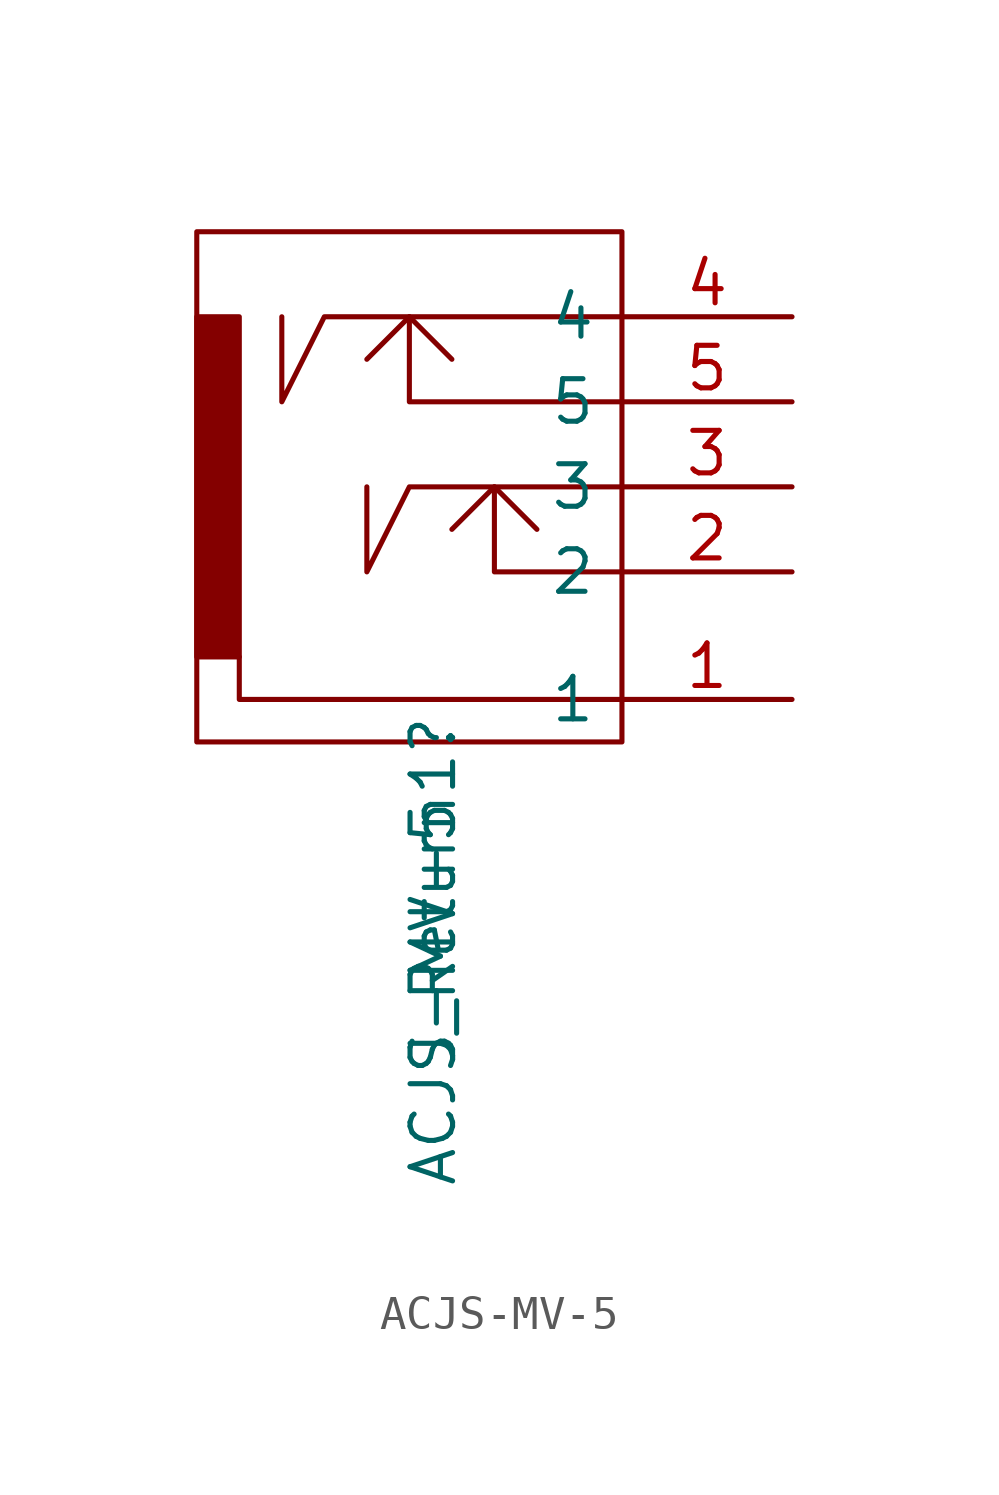
<source format=kicad_sym>
(kicad_symbol_lib
  (version 20211014)
  (generator kicad_symbol_editor)
  (symbol "ACJS-MV-5"
    (pin_names
      (offset 0.762))
    (property "Reference" "J_Return1"
      (at 8.331 -6.785 90)
      (effects (font (size 1.27 1.27)) (justify right)))
    (property "Value" "ACJS-MV-5"
      (at 8.331 -9.322 90)
      (effects (font (size 1.27 1.27)) (justify right)))
    (symbol "ACJS-MV-5_0_0"
      (pin passive line (at 19.05 -6.35 180) (length 5.08) (name "1" (effects (font (size 1.27 1.27)))) (number "1" (effects (font (size 1.27 1.27)))))
      (pin passive line (at 19.05 -2.54 180) (length 5.08) (name "2" (effects (font (size 1.27 1.27)))) (number "2" (effects (font (size 1.27 1.27)))))
      (pin passive line (at 19.05 0 180) (length 5.08) (name "3" (effects (font (size 1.27 1.27)))) (number "3" (effects (font (size 1.27 1.27)))))
      (pin passive line (at 19.05 5.08 180) (length 5.08) (name "4" (effects (font (size 1.27 1.27)))) (number "4" (effects (font (size 1.27 1.27)))))
      (pin passive line (at 19.05 2.54 180) (length 5.08) (name "5" (effects (font (size 1.27 1.27)))) (number "5" (effects (font (size 1.27 1.27))))))
    (symbol "ACJS-MV-5_0_1"
      (polyline (pts (xy 2.54 -5.08) (xy 2.54 -6.35) (xy 13.97 -6.35)) (stroke (width 0.152) (type default) (color 0 0 0 0)) (fill (type none)))
      (polyline (pts (xy 7.62 5.08) (xy 7.62 2.54) (xy 13.97 2.54)) (stroke (width 0.152) (type default) (color 0 0 0 0)) (fill (type none)))
      (polyline (pts (xy 8.89 -1.27) (xy 10.16 0) (xy 11.43 -1.27)) (stroke (width 0.152) (type default) (color 0 0 0 0)) (fill (type none)))
      (polyline (pts (xy 13.97 -2.54) (xy 10.16 -2.54) (xy 10.16 0)) (stroke (width 0.152) (type default) (color 0 0 0 0)) (fill (type none)))
      (polyline (pts (xy 7.62 5.08) (xy 6.35 3.81) (xy 7.62 5.08) (xy 8.89 3.81)) (stroke (width 0.152) (type default) (color 0 0 0 0)) (fill (type none)))
      (polyline (pts (xy 13.97 0) (xy 7.62 0) (xy 6.35 -2.54) (xy 6.35 0)) (stroke (width 0.152) (type default) (color 0 0 0 0)) (fill (type none)))
      (polyline (pts (xy 13.97 5.08) (xy 5.08 5.08) (xy 3.81 2.54) (xy 3.81 5.08)) (stroke (width 0.152) (type default) (color 0 0 0 0)) (fill (type none)))
      (polyline (pts (xy 1.27 7.62) (xy 13.97 7.62) (xy 13.97 -7.62) (xy 1.27 -7.62) (xy 1.27 7.62)) (stroke (width 0.152) (type default) (color 0 0 0 0)) (fill (type none)))
      (rectangle (start 1.27 5.08) (end 2.54 -5.08) (stroke (width 0.152) (type default) (color 0 0 0 0)) (fill (type outline))))))
</source>
